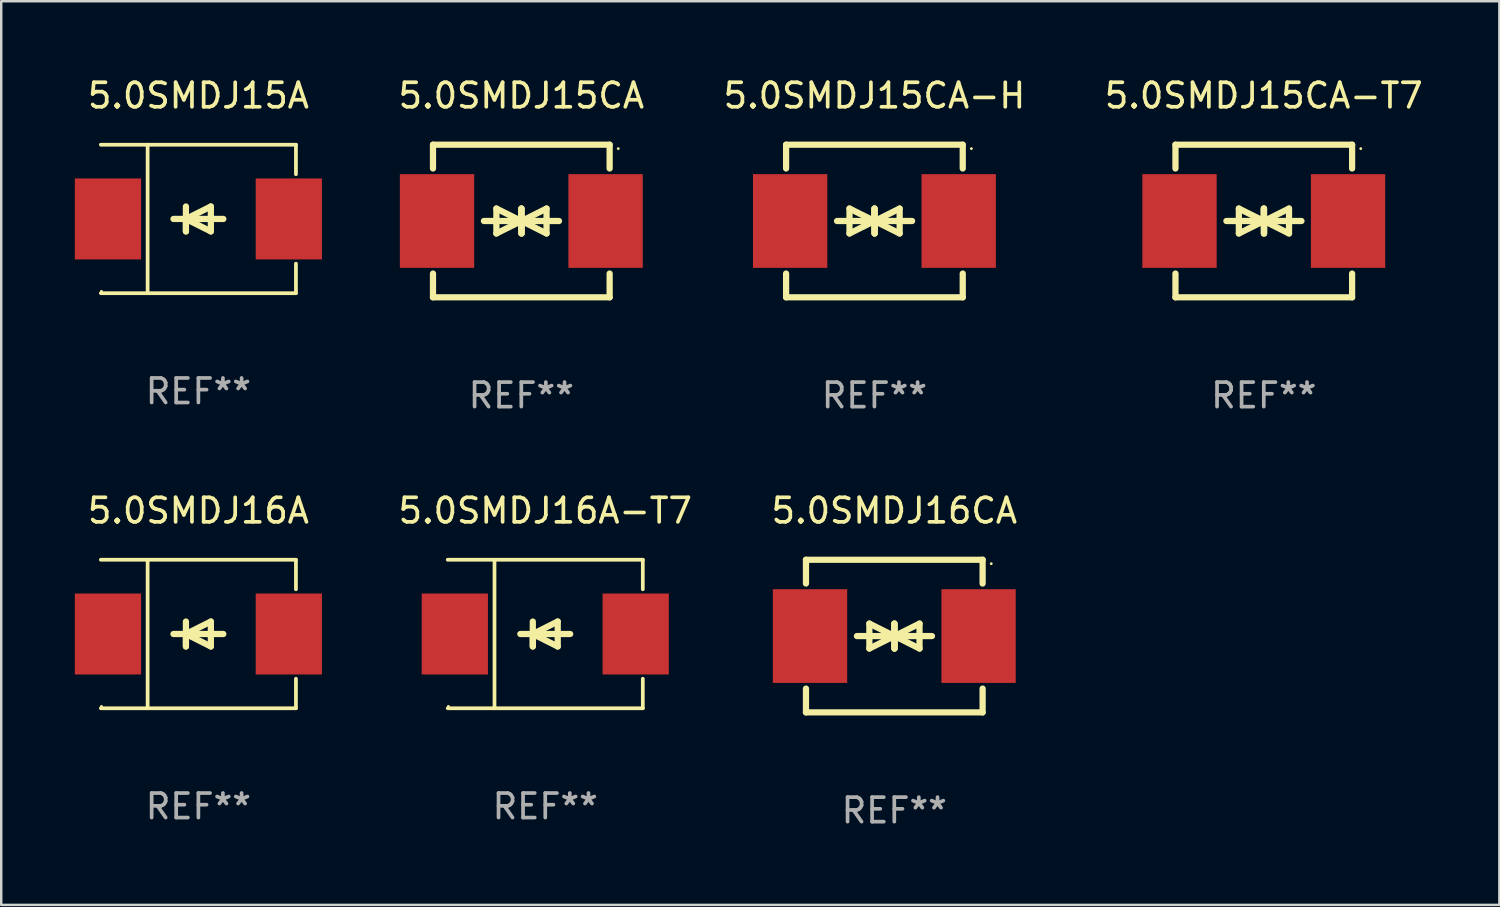
<source format=kicad_pcb>
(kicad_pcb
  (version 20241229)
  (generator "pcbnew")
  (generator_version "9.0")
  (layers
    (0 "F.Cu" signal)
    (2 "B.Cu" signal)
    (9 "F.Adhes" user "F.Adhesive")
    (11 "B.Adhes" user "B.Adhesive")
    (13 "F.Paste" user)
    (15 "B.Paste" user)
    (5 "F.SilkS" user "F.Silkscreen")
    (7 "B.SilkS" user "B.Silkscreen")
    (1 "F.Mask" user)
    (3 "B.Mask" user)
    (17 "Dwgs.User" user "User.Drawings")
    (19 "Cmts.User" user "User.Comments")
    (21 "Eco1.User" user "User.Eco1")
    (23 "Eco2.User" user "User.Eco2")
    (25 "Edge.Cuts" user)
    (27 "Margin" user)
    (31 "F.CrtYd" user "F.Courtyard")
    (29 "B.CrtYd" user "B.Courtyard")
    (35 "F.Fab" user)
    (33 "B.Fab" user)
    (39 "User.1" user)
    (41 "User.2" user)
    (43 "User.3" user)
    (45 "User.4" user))
  (footprint "5.0SMDJ15CA"
    (layer "F.Cu")
    (at 18.198 5.958)
    (property "Reference" "5.0SMDJ15CA" (at 0 -5.11 0) (layer "F.SilkS") (effects (font (size 1 1) (thickness 0.15))))
    (attr through_hole)
    (fp_line (start -3.6 -2.141) (end -3.6 -3.11) (stroke (width 0.254) (type solid)) (layer "F.SilkS"))
    (fp_line (start -3.6 3.11) (end -3.6 2.141) (stroke (width 0.254) (type solid)) (layer "F.SilkS"))
    (fp_line (start -1.524 0) (end 0.508 0) (stroke (width 0.254) (type solid)) (layer "F.SilkS"))
    (fp_line (start -1.016 -0.508) (end -1.016 0.508) (stroke (width 0.254) (type solid)) (layer "F.SilkS"))
    (fp_line (start -1.016 0.508) (end 0 0) (stroke (width 0.254) (type solid)) (layer "F.SilkS"))
    (fp_line (start 0 -0.508) (end 0 0.508) (stroke (width 0.254) (type solid)) (layer "F.SilkS"))
    (fp_line (start 0 0) (end -1.016 -0.508) (stroke (width 0.254) (type solid)) (layer "F.SilkS"))
    (fp_line (start 0 0) (end 0 -0.508) (stroke (width 0.254) (type solid)) (layer "F.SilkS"))
    (fp_line (start 0.012 0) (end 0.012 0.508) (stroke (width 0.254) (type solid)) (layer "F.SilkS"))
    (fp_line (start 0.012 0) (end 1.028 0.508) (stroke (width 0.254) (type solid)) (layer "F.SilkS"))
    (fp_line (start 0.012 0.508) (end 0.012 -0.508) (stroke (width 0.254) (type solid)) (layer "F.SilkS"))
    (fp_line (start 1.028 -0.508) (end 0.012 0) (stroke (width 0.254) (type solid)) (layer "F.SilkS"))
    (fp_line (start 1.028 0.508) (end 1.028 -0.508) (stroke (width 0.254) (type solid)) (layer "F.SilkS"))
    (fp_line (start 1.536 0) (end -0.496 0) (stroke (width 0.254) (type solid)) (layer "F.SilkS"))
    (fp_line (start 3.6 -3.11) (end -3.6 -3.11) (stroke (width 0.254) (type solid)) (layer "F.SilkS"))
    (fp_line (start 3.6 -2.141) (end 3.6 -3.11) (stroke (width 0.254) (type solid)) (layer "F.SilkS"))
    (fp_line (start 3.6 3.11) (end -3.6 3.11) (stroke (width 0.254) (type solid)) (layer "F.SilkS"))
    (fp_line (start 3.6 3.11) (end 3.6 2.141) (stroke (width 0.254) (type solid)) (layer "F.SilkS"))
    (fp_circle (center 3.952 -2.95) (end 3.982 -2.95) (stroke (width 0.06) (type solid)) (fill no) (layer "F.SilkS"))
    (fp_text user "REF**" (at 0 7.11 0) (layer "F.Fab") (effects (font (size 1 1) (thickness 0.15))))
    (pad "1" smd rect (at 3.435 0) (size 3.03 3.82) (layers "F.Cu" "F.Mask" "F.Paste"))
    (pad "2" smd rect (at -3.435 0) (size 3.03 3.82) (layers "F.Cu" "F.Mask" "F.Paste")))
  (footprint "5.0SMDJ15CA-T7"
    (layer "F.Cu")
    (at 48.46 5.958)
    (property "Reference" "5.0SMDJ15CA-T7" (at 0 -5.11 0) (layer "F.SilkS") (effects (font (size 1 1) (thickness 0.15))))
    (attr through_hole)
    (fp_line (start -3.6 -2.141) (end -3.6 -3.11) (stroke (width 0.254) (type solid)) (layer "F.SilkS"))
    (fp_line (start -3.6 3.11) (end -3.6 2.141) (stroke (width 0.254) (type solid)) (layer "F.SilkS"))
    (fp_line (start -1.524 0) (end 0.508 0) (stroke (width 0.254) (type solid)) (layer "F.SilkS"))
    (fp_line (start -1.016 -0.508) (end -1.016 0.508) (stroke (width 0.254) (type solid)) (layer "F.SilkS"))
    (fp_line (start -1.016 0.508) (end 0 0) (stroke (width 0.254) (type solid)) (layer "F.SilkS"))
    (fp_line (start 0 -0.508) (end 0 0.508) (stroke (width 0.254) (type solid)) (layer "F.SilkS"))
    (fp_line (start 0 0) (end -1.016 -0.508) (stroke (width 0.254) (type solid)) (layer "F.SilkS"))
    (fp_line (start 0 0) (end 0 -0.508) (stroke (width 0.254) (type solid)) (layer "F.SilkS"))
    (fp_line (start 0.012 0) (end 0.012 0.508) (stroke (width 0.254) (type solid)) (layer "F.SilkS"))
    (fp_line (start 0.012 0) (end 1.028 0.508) (stroke (width 0.254) (type solid)) (layer "F.SilkS"))
    (fp_line (start 0.012 0.508) (end 0.012 -0.508) (stroke (width 0.254) (type solid)) (layer "F.SilkS"))
    (fp_line (start 1.028 -0.508) (end 0.012 0) (stroke (width 0.254) (type solid)) (layer "F.SilkS"))
    (fp_line (start 1.028 0.508) (end 1.028 -0.508) (stroke (width 0.254) (type solid)) (layer "F.SilkS"))
    (fp_line (start 1.536 0) (end -0.496 0) (stroke (width 0.254) (type solid)) (layer "F.SilkS"))
    (fp_line (start 3.6 -3.11) (end -3.6 -3.11) (stroke (width 0.254) (type solid)) (layer "F.SilkS"))
    (fp_line (start 3.6 -2.141) (end 3.6 -3.11) (stroke (width 0.254) (type solid)) (layer "F.SilkS"))
    (fp_line (start 3.6 3.11) (end -3.6 3.11) (stroke (width 0.254) (type solid)) (layer "F.SilkS"))
    (fp_line (start 3.6 3.11) (end 3.6 2.141) (stroke (width 0.254) (type solid)) (layer "F.SilkS"))
    (fp_circle (center 3.952 -2.95) (end 3.982 -2.95) (stroke (width 0.06) (type solid)) (fill no) (layer "F.SilkS"))
    (fp_text user "REF**" (at 0 7.11 0) (layer "F.Fab") (effects (font (size 1 1) (thickness 0.15))))
    (pad "1" smd rect (at 3.435 0) (size 3.03 3.82) (layers "F.Cu" "F.Mask" "F.Paste"))
    (pad "2" smd rect (at -3.435 0) (size 3.03 3.82) (layers "F.Cu" "F.Mask" "F.Paste")))
  (footprint "5.0SMDJ15CA-H"
    (layer "F.Cu")
    (at 32.59 5.958)
    (property "Reference" "5.0SMDJ15CA-H" (at 0 -5.11 0) (layer "F.SilkS") (effects (font (size 1 1) (thickness 0.15))))
    (attr through_hole)
    (fp_line (start -3.6 -2.141) (end -3.6 -3.11) (stroke (width 0.254) (type solid)) (layer "F.SilkS"))
    (fp_line (start -3.6 3.11) (end -3.6 2.141) (stroke (width 0.254) (type solid)) (layer "F.SilkS"))
    (fp_line (start -1.524 0) (end 0.508 0) (stroke (width 0.254) (type solid)) (layer "F.SilkS"))
    (fp_line (start -1.016 -0.508) (end -1.016 0.508) (stroke (width 0.254) (type solid)) (layer "F.SilkS"))
    (fp_line (start -1.016 0.508) (end 0 0) (stroke (width 0.254) (type solid)) (layer "F.SilkS"))
    (fp_line (start 0 -0.508) (end 0 0.508) (stroke (width 0.254) (type solid)) (layer "F.SilkS"))
    (fp_line (start 0 0) (end -1.016 -0.508) (stroke (width 0.254) (type solid)) (layer "F.SilkS"))
    (fp_line (start 0 0) (end 0 -0.508) (stroke (width 0.254) (type solid)) (layer "F.SilkS"))
    (fp_line (start 0.012 0) (end 0.012 0.508) (stroke (width 0.254) (type solid)) (layer "F.SilkS"))
    (fp_line (start 0.012 0) (end 1.028 0.508) (stroke (width 0.254) (type solid)) (layer "F.SilkS"))
    (fp_line (start 0.012 0.508) (end 0.012 -0.508) (stroke (width 0.254) (type solid)) (layer "F.SilkS"))
    (fp_line (start 1.028 -0.508) (end 0.012 0) (stroke (width 0.254) (type solid)) (layer "F.SilkS"))
    (fp_line (start 1.028 0.508) (end 1.028 -0.508) (stroke (width 0.254) (type solid)) (layer "F.SilkS"))
    (fp_line (start 1.536 0) (end -0.496 0) (stroke (width 0.254) (type solid)) (layer "F.SilkS"))
    (fp_line (start 3.6 -3.11) (end -3.6 -3.11) (stroke (width 0.254) (type solid)) (layer "F.SilkS"))
    (fp_line (start 3.6 -2.141) (end 3.6 -3.11) (stroke (width 0.254) (type solid)) (layer "F.SilkS"))
    (fp_line (start 3.6 3.11) (end -3.6 3.11) (stroke (width 0.254) (type solid)) (layer "F.SilkS"))
    (fp_line (start 3.6 3.11) (end 3.6 2.141) (stroke (width 0.254) (type solid)) (layer "F.SilkS"))
    (fp_circle (center 3.952 -2.95) (end 3.982 -2.95) (stroke (width 0.06) (type solid)) (fill no) (layer "F.SilkS"))
    (fp_text user "REF**" (at 0 7.11 0) (layer "F.Fab") (effects (font (size 1 1) (thickness 0.15))))
    (pad "1" smd rect (at 3.435 0) (size 3.03 3.82) (layers "F.Cu" "F.Mask" "F.Paste"))
    (pad "2" smd rect (at -3.435 0) (size 3.03 3.82) (layers "F.Cu" "F.Mask" "F.Paste")))
  (footprint "5.0SMDJ16CA"
    (layer "F.Cu")
    (at 33.4 22.875)
    (property "Reference" "5.0SMDJ16CA" (at 0 -5.11 0) (layer "F.SilkS") (effects (font (size 1 1) (thickness 0.15))))
    (attr through_hole)
    (fp_line (start -3.6 -2.141) (end -3.6 -3.11) (stroke (width 0.254) (type solid)) (layer "F.SilkS"))
    (fp_line (start -3.6 3.11) (end -3.6 2.141) (stroke (width 0.254) (type solid)) (layer "F.SilkS"))
    (fp_line (start -1.524 0) (end 0.508 0) (stroke (width 0.254) (type solid)) (layer "F.SilkS"))
    (fp_line (start -1.016 -0.508) (end -1.016 0.508) (stroke (width 0.254) (type solid)) (layer "F.SilkS"))
    (fp_line (start -1.016 0.508) (end 0 0) (stroke (width 0.254) (type solid)) (layer "F.SilkS"))
    (fp_line (start 0 -0.508) (end 0 0.508) (stroke (width 0.254) (type solid)) (layer "F.SilkS"))
    (fp_line (start 0 0) (end -1.016 -0.508) (stroke (width 0.254) (type solid)) (layer "F.SilkS"))
    (fp_line (start 0 0) (end 0 -0.508) (stroke (width 0.254) (type solid)) (layer "F.SilkS"))
    (fp_line (start 0.012 0) (end 0.012 0.508) (stroke (width 0.254) (type solid)) (layer "F.SilkS"))
    (fp_line (start 0.012 0) (end 1.028 0.508) (stroke (width 0.254) (type solid)) (layer "F.SilkS"))
    (fp_line (start 0.012 0.508) (end 0.012 -0.508) (stroke (width 0.254) (type solid)) (layer "F.SilkS"))
    (fp_line (start 1.028 -0.508) (end 0.012 0) (stroke (width 0.254) (type solid)) (layer "F.SilkS"))
    (fp_line (start 1.028 0.508) (end 1.028 -0.508) (stroke (width 0.254) (type solid)) (layer "F.SilkS"))
    (fp_line (start 1.536 0) (end -0.496 0) (stroke (width 0.254) (type solid)) (layer "F.SilkS"))
    (fp_line (start 3.6 -3.11) (end -3.6 -3.11) (stroke (width 0.254) (type solid)) (layer "F.SilkS"))
    (fp_line (start 3.6 -2.141) (end 3.6 -3.11) (stroke (width 0.254) (type solid)) (layer "F.SilkS"))
    (fp_line (start 3.6 3.11) (end -3.6 3.11) (stroke (width 0.254) (type solid)) (layer "F.SilkS"))
    (fp_line (start 3.6 3.11) (end 3.6 2.141) (stroke (width 0.254) (type solid)) (layer "F.SilkS"))
    (fp_circle (center 3.952 -2.95) (end 3.982 -2.95) (stroke (width 0.06) (type solid)) (fill no) (layer "F.SilkS"))
    (fp_text user "REF**" (at 0 7.11 0) (layer "F.Fab") (effects (font (size 1 1) (thickness 0.15))))
    (pad "1" smd rect (at 3.435 0) (size 3.03 3.82) (layers "F.Cu" "F.Mask" "F.Paste"))
    (pad "2" smd rect (at -3.435 0) (size 3.03 3.82) (layers "F.Cu" "F.Mask" "F.Paste")))
  (footprint "5.0SMDJ15A"
    (layer "F.Cu")
    (at 5.036 5.874)
    (property "Reference" "5.0SMDJ15A" (at 0 -5.026 0) (layer "F.SilkS") (effects (font (size 1 1) (thickness 0.15))))
    (attr through_hole)
    (fp_line (start -3.976 -3.026) (end 3.976 -3.026) (stroke (width 0.152) (type solid)) (layer "F.SilkS"))
    (fp_line (start -3.976 3.026) (end 3.976 3.026) (stroke (width 0.152) (type solid)) (layer "F.SilkS"))
    (fp_line (start -2.069 -3.026) (end -2.069 3.026) (stroke (width 0.152) (type solid)) (layer "F.SilkS"))
    (fp_line (start -0.508 0) (end -0.508 0.508) (stroke (width 0.254) (type solid)) (layer "F.SilkS"))
    (fp_line (start -0.508 0) (end 0.508 0.508) (stroke (width 0.254) (type solid)) (layer "F.SilkS"))
    (fp_line (start -0.508 0.508) (end -0.508 -0.508) (stroke (width 0.254) (type solid)) (layer "F.SilkS"))
    (fp_line (start 0.508 -0.508) (end -0.508 0) (stroke (width 0.254) (type solid)) (layer "F.SilkS"))
    (fp_line (start 0.508 0.508) (end 0.508 -0.508) (stroke (width 0.254) (type solid)) (layer "F.SilkS"))
    (fp_line (start 1.016 0) (end -1.016 0) (stroke (width 0.254) (type solid)) (layer "F.SilkS"))
    (fp_line (start 3.976 -3.026) (end 3.976 -1.823) (stroke (width 0.152) (type solid)) (layer "F.SilkS"))
    (fp_line (start 3.976 3.026) (end 3.976 1.823) (stroke (width 0.152) (type solid)) (layer "F.SilkS"))
    (fp_circle (center -3.95 2.95) (end -3.92 2.95) (stroke (width 0.06) (type solid)) (fill no) (layer "F.SilkS"))
    (fp_text user "REF**" (at 0 7.026 0) (layer "F.Fab") (effects (font (size 1 1) (thickness 0.15))))
    (pad "1" smd rect (at -3.686 0) (size 2.7 3.3) (layers "F.Cu" "F.Mask" "F.Paste"))
    (pad "2" smd rect (at 3.686 0) (size 2.7 3.3) (layers "F.Cu" "F.Mask" "F.Paste")))
  (footprint "5.0SMDJ16A"
    (layer "F.Cu")
    (at 5.036 22.791)
    (property "Reference" "5.0SMDJ16A" (at 0 -5.026 0) (layer "F.SilkS") (effects (font (size 1 1) (thickness 0.15))))
    (attr through_hole)
    (fp_line (start -3.976 -3.026) (end 3.976 -3.026) (stroke (width 0.152) (type solid)) (layer "F.SilkS"))
    (fp_line (start -3.976 3.026) (end 3.976 3.026) (stroke (width 0.152) (type solid)) (layer "F.SilkS"))
    (fp_line (start -2.069 -3.026) (end -2.069 3.026) (stroke (width 0.152) (type solid)) (layer "F.SilkS"))
    (fp_line (start -0.508 0) (end -0.508 0.508) (stroke (width 0.254) (type solid)) (layer "F.SilkS"))
    (fp_line (start -0.508 0) (end 0.508 0.508) (stroke (width 0.254) (type solid)) (layer "F.SilkS"))
    (fp_line (start -0.508 0.508) (end -0.508 -0.508) (stroke (width 0.254) (type solid)) (layer "F.SilkS"))
    (fp_line (start 0.508 -0.508) (end -0.508 0) (stroke (width 0.254) (type solid)) (layer "F.SilkS"))
    (fp_line (start 0.508 0.508) (end 0.508 -0.508) (stroke (width 0.254) (type solid)) (layer "F.SilkS"))
    (fp_line (start 1.016 0) (end -1.016 0) (stroke (width 0.254) (type solid)) (layer "F.SilkS"))
    (fp_line (start 3.976 -3.026) (end 3.976 -1.823) (stroke (width 0.152) (type solid)) (layer "F.SilkS"))
    (fp_line (start 3.976 3.026) (end 3.976 1.823) (stroke (width 0.152) (type solid)) (layer "F.SilkS"))
    (fp_circle (center -3.95 2.95) (end -3.92 2.95) (stroke (width 0.06) (type solid)) (fill no) (layer "F.SilkS"))
    (fp_text user "REF**" (at 0 7.026 0) (layer "F.Fab") (effects (font (size 1 1) (thickness 0.15))))
    (pad "1" smd rect (at -3.686 0) (size 2.7 3.3) (layers "F.Cu" "F.Mask" "F.Paste"))
    (pad "2" smd rect (at 3.686 0) (size 2.7 3.3) (layers "F.Cu" "F.Mask" "F.Paste")))
  (footprint "5.0SMDJ16A-T7"
    (layer "F.Cu")
    (at 19.174 22.791)
    (property "Reference" "5.0SMDJ16A-T7" (at 0 -5.026 0) (layer "F.SilkS") (effects (font (size 1 1) (thickness 0.15))))
    (attr through_hole)
    (fp_line (start -3.976 -3.026) (end 3.976 -3.026) (stroke (width 0.152) (type solid)) (layer "F.SilkS"))
    (fp_line (start -3.976 3.026) (end 3.976 3.026) (stroke (width 0.152) (type solid)) (layer "F.SilkS"))
    (fp_line (start -2.069 -3.026) (end -2.069 3.026) (stroke (width 0.152) (type solid)) (layer "F.SilkS"))
    (fp_line (start -0.508 0) (end -0.508 0.508) (stroke (width 0.254) (type solid)) (layer "F.SilkS"))
    (fp_line (start -0.508 0) (end 0.508 0.508) (stroke (width 0.254) (type solid)) (layer "F.SilkS"))
    (fp_line (start -0.508 0.508) (end -0.508 -0.508) (stroke (width 0.254) (type solid)) (layer "F.SilkS"))
    (fp_line (start 0.508 -0.508) (end -0.508 0) (stroke (width 0.254) (type solid)) (layer "F.SilkS"))
    (fp_line (start 0.508 0.508) (end 0.508 -0.508) (stroke (width 0.254) (type solid)) (layer "F.SilkS"))
    (fp_line (start 1.016 0) (end -1.016 0) (stroke (width 0.254) (type solid)) (layer "F.SilkS"))
    (fp_line (start 3.976 -3.026) (end 3.976 -1.823) (stroke (width 0.152) (type solid)) (layer "F.SilkS"))
    (fp_line (start 3.976 3.026) (end 3.976 1.823) (stroke (width 0.152) (type solid)) (layer "F.SilkS"))
    (fp_circle (center -3.95 2.95) (end -3.92 2.95) (stroke (width 0.06) (type solid)) (fill no) (layer "F.SilkS"))
    (fp_text user "REF**" (at 0 7.026 0) (layer "F.Fab") (effects (font (size 1 1) (thickness 0.15))))
    (pad "1" smd rect (at -3.686 0) (size 2.7 3.3) (layers "F.Cu" "F.Mask" "F.Paste"))
    (pad "2" smd rect (at 3.686 0) (size 2.7 3.3) (layers "F.Cu" "F.Mask" "F.Paste")))
  (gr_rect
    (start -3 -3)
    (end 58.061 33.833)
    (stroke (width 0.1) (type default))
    (fill no)
    (layer "Edge.Cuts")))
</source>
